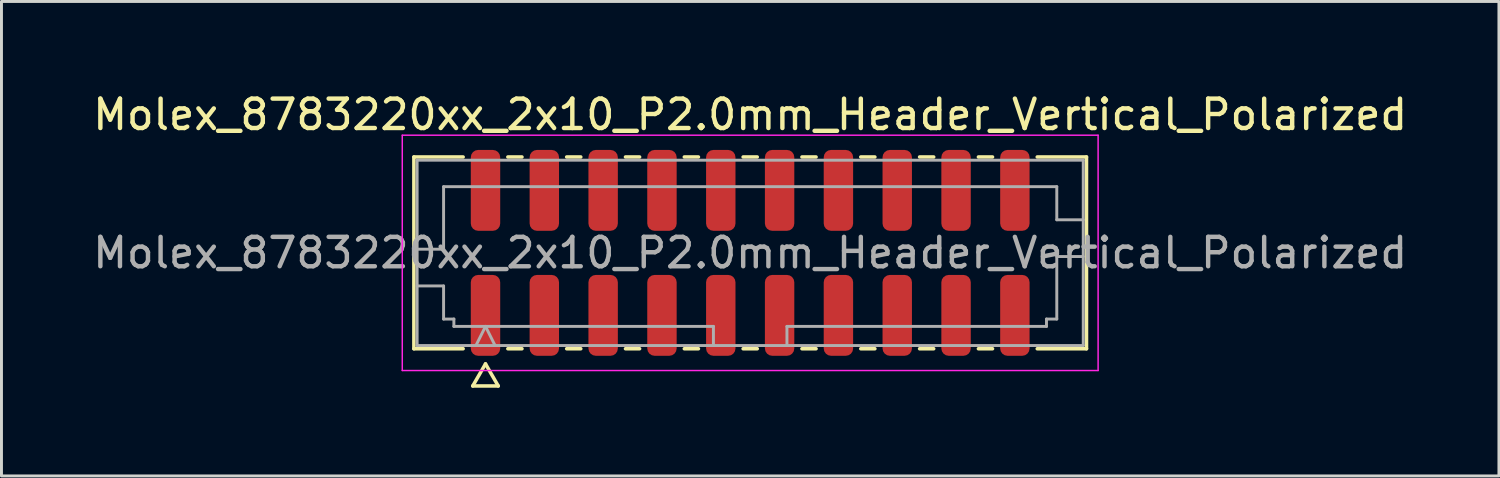
<source format=kicad_pcb>
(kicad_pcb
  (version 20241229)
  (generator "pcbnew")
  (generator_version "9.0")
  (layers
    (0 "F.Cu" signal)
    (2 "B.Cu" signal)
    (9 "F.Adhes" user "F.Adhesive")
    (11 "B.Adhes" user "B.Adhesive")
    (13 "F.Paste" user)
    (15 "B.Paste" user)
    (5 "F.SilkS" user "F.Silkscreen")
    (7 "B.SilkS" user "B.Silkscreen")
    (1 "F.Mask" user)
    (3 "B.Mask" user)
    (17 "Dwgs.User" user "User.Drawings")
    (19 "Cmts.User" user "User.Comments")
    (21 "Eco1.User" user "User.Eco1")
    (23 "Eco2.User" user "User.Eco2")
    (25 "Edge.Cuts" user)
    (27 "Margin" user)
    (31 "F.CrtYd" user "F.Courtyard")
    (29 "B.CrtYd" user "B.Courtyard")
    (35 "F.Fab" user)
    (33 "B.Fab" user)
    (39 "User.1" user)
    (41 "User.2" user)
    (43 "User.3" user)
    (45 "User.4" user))
  (footprint "Molex_8783220xx_2x10_P2.0mm_Header_Vertical_Polarized"
    (layer "F.Cu")
    (at 22.458 5.548)
    (property "Reference" "Molex_8783220xx_2x10_P2.0mm_Header_Vertical_Polarized" (at 0 -4.7 0) (layer "F.SilkS") (effects (font (size 1 1) (thickness 0.15))))
    (attr smd)
    (fp_line (start -11.435 -3.26) (end -9.76 -3.26) (stroke (width 0.12) (type solid)) (layer "F.SilkS"))
    (fp_line (start -11.435 3.26) (end -11.435 -3.26) (stroke (width 0.12) (type solid)) (layer "F.SilkS"))
    (fp_line (start -9.76 3.26) (end -11.435 3.26) (stroke (width 0.12) (type solid)) (layer "F.SilkS"))
    (fp_line (start -9.433 4.525) (end -9 3.775) (stroke (width 0.12) (type solid)) (layer "F.SilkS"))
    (fp_line (start -9 3.775) (end -8.567 4.525) (stroke (width 0.12) (type solid)) (layer "F.SilkS"))
    (fp_line (start -8.567 4.525) (end -9.433 4.525) (stroke (width 0.12) (type solid)) (layer "F.SilkS"))
    (fp_line (start -8.24 -3.26) (end -7.76 -3.26) (stroke (width 0.12) (type solid)) (layer "F.SilkS"))
    (fp_line (start -7.76 3.26) (end -8.24 3.26) (stroke (width 0.12) (type solid)) (layer "F.SilkS"))
    (fp_line (start -6.24 -3.26) (end -5.76 -3.26) (stroke (width 0.12) (type solid)) (layer "F.SilkS"))
    (fp_line (start -5.76 3.26) (end -6.24 3.26) (stroke (width 0.12) (type solid)) (layer "F.SilkS"))
    (fp_line (start -4.24 -3.26) (end -3.76 -3.26) (stroke (width 0.12) (type solid)) (layer "F.SilkS"))
    (fp_line (start -3.76 3.26) (end -4.24 3.26) (stroke (width 0.12) (type solid)) (layer "F.SilkS"))
    (fp_line (start -2.24 -3.26) (end -1.76 -3.26) (stroke (width 0.12) (type solid)) (layer "F.SilkS"))
    (fp_line (start -1.76 3.26) (end -2.24 3.26) (stroke (width 0.12) (type solid)) (layer "F.SilkS"))
    (fp_line (start -0.24 -3.26) (end 0.24 -3.26) (stroke (width 0.12) (type solid)) (layer "F.SilkS"))
    (fp_line (start 0.24 3.26) (end -0.24 3.26) (stroke (width 0.12) (type solid)) (layer "F.SilkS"))
    (fp_line (start 1.76 -3.26) (end 2.24 -3.26) (stroke (width 0.12) (type solid)) (layer "F.SilkS"))
    (fp_line (start 2.24 3.26) (end 1.76 3.26) (stroke (width 0.12) (type solid)) (layer "F.SilkS"))
    (fp_line (start 3.76 -3.26) (end 4.24 -3.26) (stroke (width 0.12) (type solid)) (layer "F.SilkS"))
    (fp_line (start 4.24 3.26) (end 3.76 3.26) (stroke (width 0.12) (type solid)) (layer "F.SilkS"))
    (fp_line (start 5.76 -3.26) (end 6.24 -3.26) (stroke (width 0.12) (type solid)) (layer "F.SilkS"))
    (fp_line (start 6.24 3.26) (end 5.76 3.26) (stroke (width 0.12) (type solid)) (layer "F.SilkS"))
    (fp_line (start 7.76 -3.26) (end 8.24 -3.26) (stroke (width 0.12) (type solid)) (layer "F.SilkS"))
    (fp_line (start 8.24 3.26) (end 7.76 3.26) (stroke (width 0.12) (type solid)) (layer "F.SilkS"))
    (fp_line (start 9.76 -3.26) (end 11.435 -3.26) (stroke (width 0.12) (type solid)) (layer "F.SilkS"))
    (fp_line (start 11.435 -3.26) (end 11.435 3.26) (stroke (width 0.12) (type solid)) (layer "F.SilkS"))
    (fp_line (start 11.435 3.26) (end 9.76 3.26) (stroke (width 0.12) (type solid)) (layer "F.SilkS"))
    (fp_line (start -11.83 -4) (end -11.83 4) (stroke (width 0.05) (type solid)) (layer "F.CrtYd"))
    (fp_line (start -11.83 4) (end 11.83 4) (stroke (width 0.05) (type solid)) (layer "F.CrtYd"))
    (fp_line (start 11.83 -4) (end -11.83 -4) (stroke (width 0.05) (type solid)) (layer "F.CrtYd"))
    (fp_line (start 11.83 4) (end 11.83 -4) (stroke (width 0.05) (type solid)) (layer "F.CrtYd"))
    (fp_line (start -11.325 -3.15) (end 11.325 -3.15) (stroke (width 0.1) (type solid)) (layer "F.Fab"))
    (fp_line (start -11.325 -0.125) (end -10.425 -0.125) (stroke (width 0.1) (type solid)) (layer "F.Fab"))
    (fp_line (start -11.325 1.125) (end -10.425 1.125) (stroke (width 0.1) (type solid)) (layer "F.Fab"))
    (fp_line (start -11.325 3.15) (end -11.325 -3.15) (stroke (width 0.1) (type solid)) (layer "F.Fab"))
    (fp_line (start -10.425 -2.25) (end 10.425 -2.25) (stroke (width 0.1) (type solid)) (layer "F.Fab"))
    (fp_line (start -10.425 -0.125) (end -10.425 -2.25) (stroke (width 0.1) (type solid)) (layer "F.Fab"))
    (fp_line (start -10.425 1.125) (end -10.425 2.25) (stroke (width 0.1) (type solid)) (layer "F.Fab"))
    (fp_line (start -10.425 2.25) (end -10.075 2.25) (stroke (width 0.1) (type solid)) (layer "F.Fab"))
    (fp_line (start -10.075 2.25) (end -10.075 2.5) (stroke (width 0.1) (type solid)) (layer "F.Fab"))
    (fp_line (start -10.075 2.5) (end -1.25 2.5) (stroke (width 0.1) (type solid)) (layer "F.Fab"))
    (fp_line (start -9.325 3.15) (end -9 2.5) (stroke (width 0.1) (type solid)) (layer "F.Fab"))
    (fp_line (start -9 2.5) (end -8.675 3.15) (stroke (width 0.1) (type solid)) (layer "F.Fab"))
    (fp_line (start -1.25 2.5) (end -1.25 3.15) (stroke (width 0.1) (type solid)) (layer "F.Fab"))
    (fp_line (start 1.25 2.5) (end 1.25 3.15) (stroke (width 0.1) (type solid)) (layer "F.Fab"))
    (fp_line (start 1.25 2.5) (end 10.075 2.5) (stroke (width 0.1) (type solid)) (layer "F.Fab"))
    (fp_line (start 10.075 2.25) (end 10.425 2.25) (stroke (width 0.1) (type solid)) (layer "F.Fab"))
    (fp_line (start 10.075 2.5) (end 10.075 2.25) (stroke (width 0.1) (type solid)) (layer "F.Fab"))
    (fp_line (start 10.425 -2.25) (end 10.425 -1.125) (stroke (width 0.1) (type solid)) (layer "F.Fab"))
    (fp_line (start 10.425 -1.125) (end 11.325 -1.125) (stroke (width 0.1) (type solid)) (layer "F.Fab"))
    (fp_line (start 10.425 0.125) (end 11.325 0.125) (stroke (width 0.1) (type solid)) (layer "F.Fab"))
    (fp_line (start 10.425 2.25) (end 10.425 0.125) (stroke (width 0.1) (type solid)) (layer "F.Fab"))
    (fp_line (start 11.325 -3.15) (end 11.325 3.15) (stroke (width 0.1) (type solid)) (layer "F.Fab"))
    (fp_line (start 11.325 3.15) (end -11.325 3.15) (stroke (width 0.1) (type solid)) (layer "F.Fab"))
    (fp_text user "${REFERENCE}" (at 0 0 0) (layer "F.Fab") (effects (font (size 1 1) (thickness 0.15))))
    (pad "1" smd roundrect (at -9 2.125) (size 1 2.75) (layers "F.Cu" "F.Mask" "F.Paste") (roundrect_rratio 0.25))
    (pad "2" smd roundrect (at -9 -2.125) (size 1 2.75) (layers "F.Cu" "F.Mask" "F.Paste") (roundrect_rratio 0.25))
    (pad "3" smd roundrect (at -7 2.125) (size 1 2.75) (layers "F.Cu" "F.Mask" "F.Paste") (roundrect_rratio 0.25))
    (pad "4" smd roundrect (at -7 -2.125) (size 1 2.75) (layers "F.Cu" "F.Mask" "F.Paste") (roundrect_rratio 0.25))
    (pad "5" smd roundrect (at -5 2.125) (size 1 2.75) (layers "F.Cu" "F.Mask" "F.Paste") (roundrect_rratio 0.25))
    (pad "6" smd roundrect (at -5 -2.125) (size 1 2.75) (layers "F.Cu" "F.Mask" "F.Paste") (roundrect_rratio 0.25))
    (pad "7" smd roundrect (at -3 2.125) (size 1 2.75) (layers "F.Cu" "F.Mask" "F.Paste") (roundrect_rratio 0.25))
    (pad "8" smd roundrect (at -3 -2.125) (size 1 2.75) (layers "F.Cu" "F.Mask" "F.Paste") (roundrect_rratio 0.25))
    (pad "9" smd roundrect (at -1 2.125) (size 1 2.75) (layers "F.Cu" "F.Mask" "F.Paste") (roundrect_rratio 0.25))
    (pad "10" smd roundrect (at -1 -2.125) (size 1 2.75) (layers "F.Cu" "F.Mask" "F.Paste") (roundrect_rratio 0.25))
    (pad "11" smd roundrect (at 1 2.125) (size 1 2.75) (layers "F.Cu" "F.Mask" "F.Paste") (roundrect_rratio 0.25))
    (pad "12" smd roundrect (at 1 -2.125) (size 1 2.75) (layers "F.Cu" "F.Mask" "F.Paste") (roundrect_rratio 0.25))
    (pad "13" smd roundrect (at 3 2.125) (size 1 2.75) (layers "F.Cu" "F.Mask" "F.Paste") (roundrect_rratio 0.25))
    (pad "14" smd roundrect (at 3 -2.125) (size 1 2.75) (layers "F.Cu" "F.Mask" "F.Paste") (roundrect_rratio 0.25))
    (pad "15" smd roundrect (at 5 2.125) (size 1 2.75) (layers "F.Cu" "F.Mask" "F.Paste") (roundrect_rratio 0.25))
    (pad "16" smd roundrect (at 5 -2.125) (size 1 2.75) (layers "F.Cu" "F.Mask" "F.Paste") (roundrect_rratio 0.25))
    (pad "17" smd roundrect (at 7 2.125) (size 1 2.75) (layers "F.Cu" "F.Mask" "F.Paste") (roundrect_rratio 0.25))
    (pad "18" smd roundrect (at 7 -2.125) (size 1 2.75) (layers "F.Cu" "F.Mask" "F.Paste") (roundrect_rratio 0.25))
    (pad "19" smd roundrect (at 9 2.125) (size 1 2.75) (layers "F.Cu" "F.Mask" "F.Paste") (roundrect_rratio 0.25))
    (pad "20" smd roundrect (at 9 -2.125) (size 1 2.75) (layers "F.Cu" "F.Mask" "F.Paste") (roundrect_rratio 0.25)))
  (gr_rect
    (start -3 -3)
    (end 47.917 13.133)
    (stroke (width 0.1) (type default))
    (fill no)
    (layer "Edge.Cuts")))
</source>
